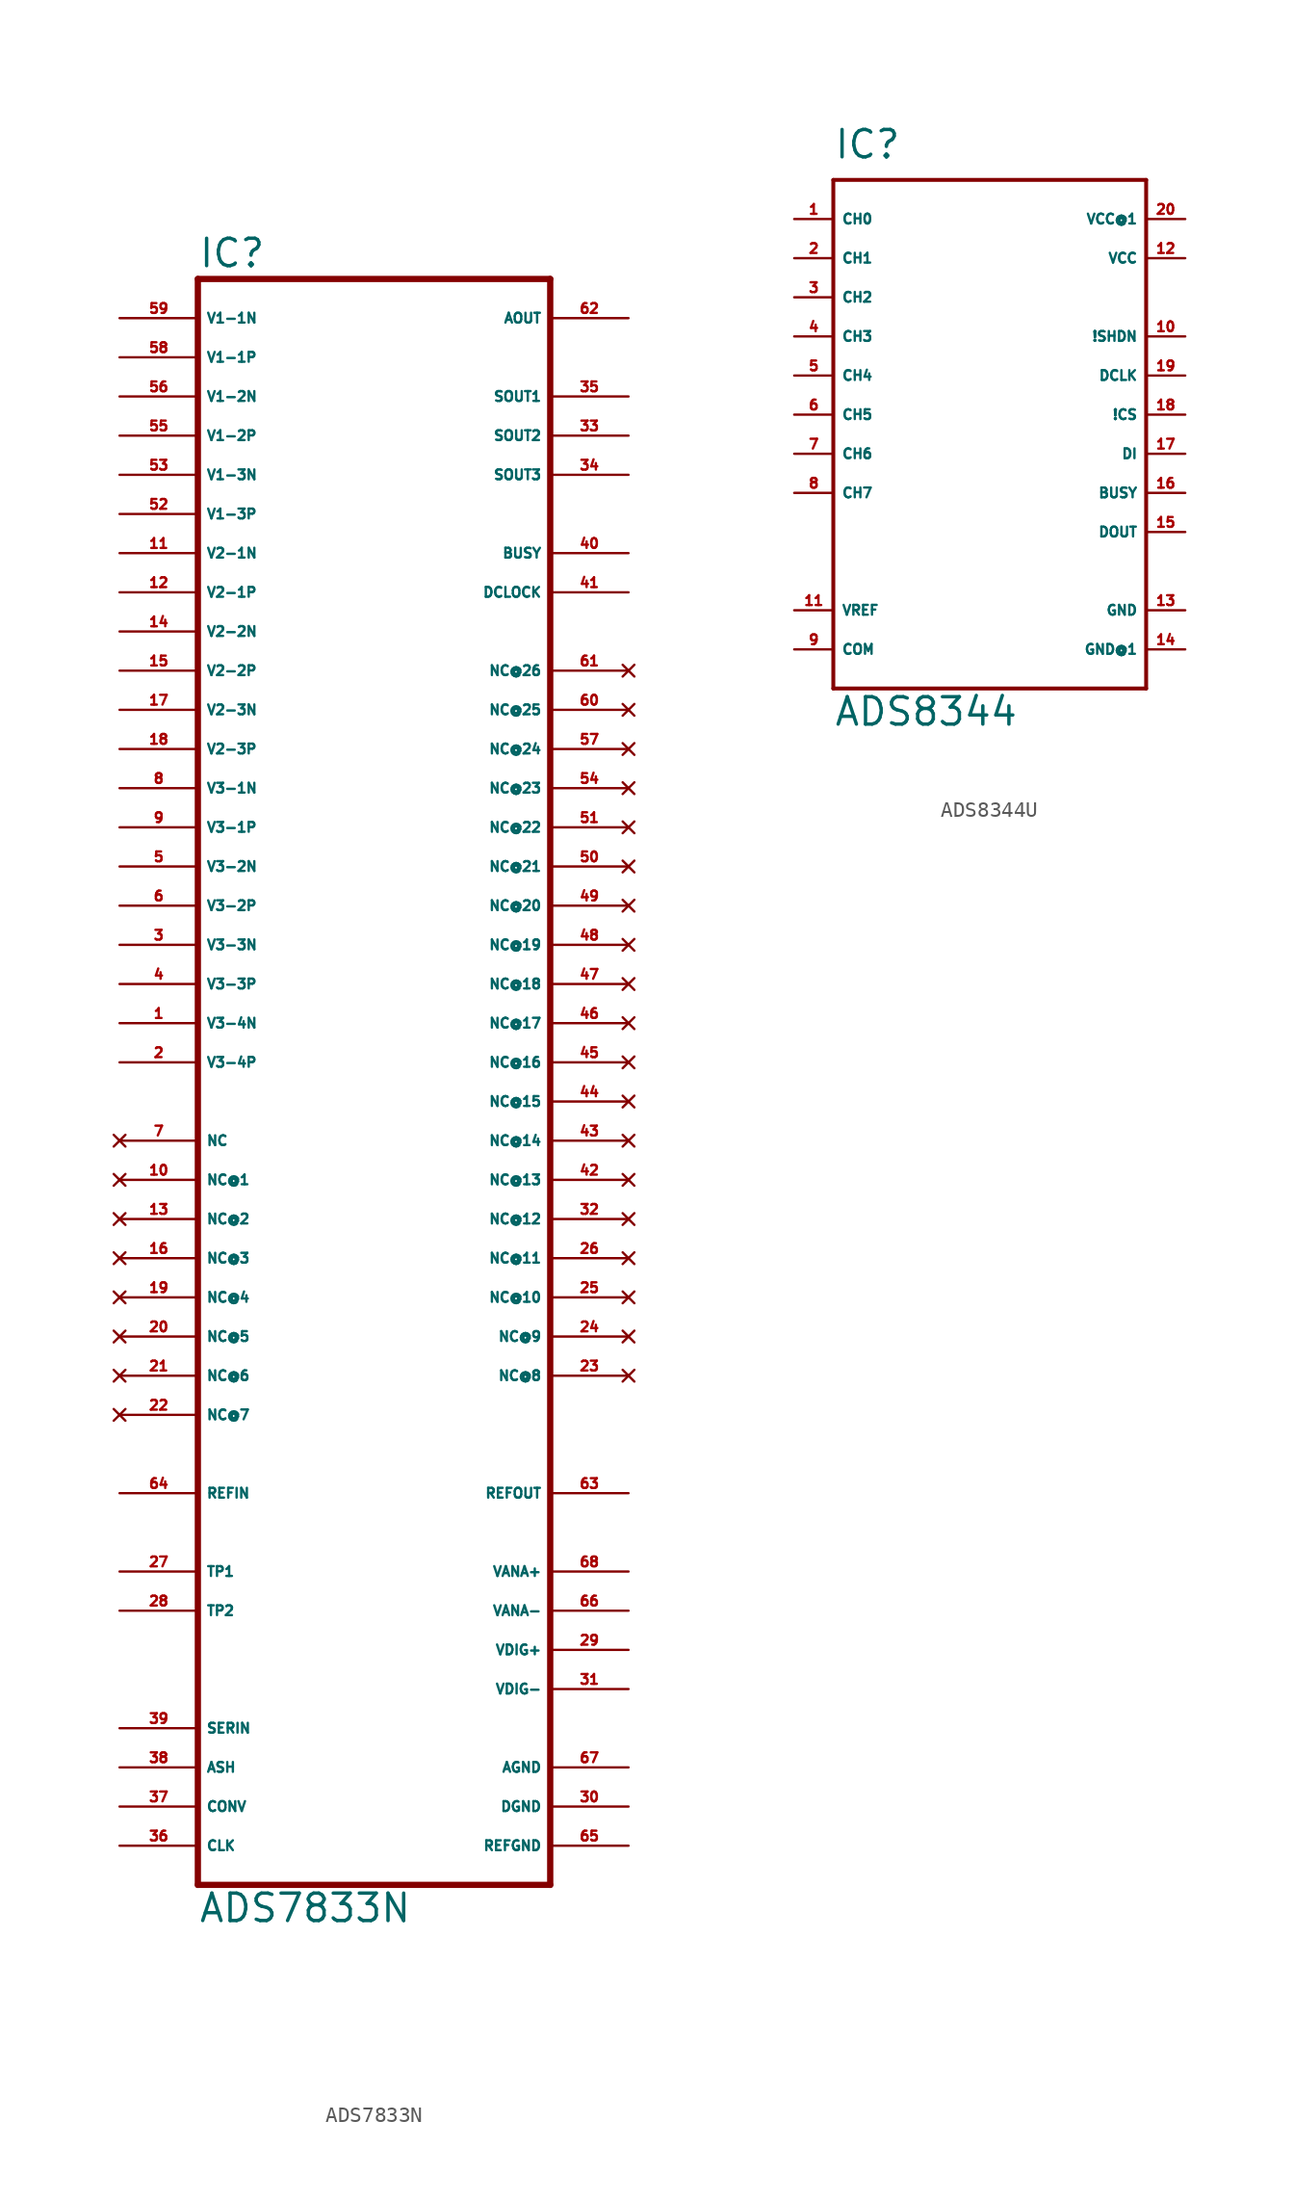
<source format=kicad_sym>
(kicad_symbol_lib
  (version 20220914)
  (generator Eagle2Kicad)
  (symbol "ADS7833N"
    (property "Reference" "IC"
      (at -10.16 53.975 0)
      (effects (font (size 1.778 1.778) (thickness 0.22)) (justify left bottom)))
    (property "Value" "ADS7833N"
      (at -10.16 -53.34 0)
      (effects (font (size 1.778 1.778) (thickness 0.22)) (justify left bottom)))
    (polyline
      (pts (xy -10.16 -50.8) (xy 12.7 -50.8))
      (stroke (width 0.406) (type default))
      (fill (type none)))
    (polyline
      (pts (xy 12.7 -50.8) (xy 12.7 53.34))
      (stroke (width 0.406) (type default))
      (fill (type none)))
    (polyline
      (pts (xy 12.7 53.34) (xy -10.16 53.34))
      (stroke (width 0.406) (type default))
      (fill (type none)))
    (polyline
      (pts (xy -10.16 53.34) (xy -10.16 -50.8))
      (stroke (width 0.406) (type default))
      (fill (type none)))
    (pin input line
      (at -15.24 50.8 0)
      (length 5.08)
      (name "V1-1N" (effects (font (size 0.635 0.635) (thickness 0.08)) (justify left bottom)))
      (number "59" (effects (font (size 0.635 0.635) (thickness 0.08)) (justify left bottom))))
    (pin input line
      (at -15.24 48.26 0)
      (length 5.08)
      (name "V1-1P" (effects (font (size 0.635 0.635) (thickness 0.08)) (justify left bottom)))
      (number "58" (effects (font (size 0.635 0.635) (thickness 0.08)) (justify left bottom))))
    (pin input line
      (at -15.24 45.72 0)
      (length 5.08)
      (name "V1-2N" (effects (font (size 0.635 0.635) (thickness 0.08)) (justify left bottom)))
      (number "56" (effects (font (size 0.635 0.635) (thickness 0.08)) (justify left bottom))))
    (pin input line
      (at -15.24 43.18 0)
      (length 5.08)
      (name "V1-2P" (effects (font (size 0.635 0.635) (thickness 0.08)) (justify left bottom)))
      (number "55" (effects (font (size 0.635 0.635) (thickness 0.08)) (justify left bottom))))
    (pin input line
      (at -15.24 40.64 0)
      (length 5.08)
      (name "V1-3N" (effects (font (size 0.635 0.635) (thickness 0.08)) (justify left bottom)))
      (number "53" (effects (font (size 0.635 0.635) (thickness 0.08)) (justify left bottom))))
    (pin input line
      (at -15.24 38.1 0)
      (length 5.08)
      (name "V1-3P" (effects (font (size 0.635 0.635) (thickness 0.08)) (justify left bottom)))
      (number "52" (effects (font (size 0.635 0.635) (thickness 0.08)) (justify left bottom))))
    (pin input line
      (at -15.24 35.56 0)
      (length 5.08)
      (name "V2-1N" (effects (font (size 0.635 0.635) (thickness 0.08)) (justify left bottom)))
      (number "11" (effects (font (size 0.635 0.635) (thickness 0.08)) (justify left bottom))))
    (pin input line
      (at -15.24 33.02 0)
      (length 5.08)
      (name "V2-1P" (effects (font (size 0.635 0.635) (thickness 0.08)) (justify left bottom)))
      (number "12" (effects (font (size 0.635 0.635) (thickness 0.08)) (justify left bottom))))
    (pin input line
      (at -15.24 30.48 0)
      (length 5.08)
      (name "V2-2N" (effects (font (size 0.635 0.635) (thickness 0.08)) (justify left bottom)))
      (number "14" (effects (font (size 0.635 0.635) (thickness 0.08)) (justify left bottom))))
    (pin input line
      (at -15.24 27.94 0)
      (length 5.08)
      (name "V2-2P" (effects (font (size 0.635 0.635) (thickness 0.08)) (justify left bottom)))
      (number "15" (effects (font (size 0.635 0.635) (thickness 0.08)) (justify left bottom))))
    (pin input line
      (at -15.24 25.4 0)
      (length 5.08)
      (name "V2-3N" (effects (font (size 0.635 0.635) (thickness 0.08)) (justify left bottom)))
      (number "17" (effects (font (size 0.635 0.635) (thickness 0.08)) (justify left bottom))))
    (pin input line
      (at -15.24 22.86 0)
      (length 5.08)
      (name "V2-3P" (effects (font (size 0.635 0.635) (thickness 0.08)) (justify left bottom)))
      (number "18" (effects (font (size 0.635 0.635) (thickness 0.08)) (justify left bottom))))
    (pin input line
      (at -15.24 20.32 0)
      (length 5.08)
      (name "V3-1N" (effects (font (size 0.635 0.635) (thickness 0.08)) (justify left bottom)))
      (number "8" (effects (font (size 0.635 0.635) (thickness 0.08)) (justify left bottom))))
    (pin input line
      (at -15.24 17.78 0)
      (length 5.08)
      (name "V3-1P" (effects (font (size 0.635 0.635) (thickness 0.08)) (justify left bottom)))
      (number "9" (effects (font (size 0.635 0.635) (thickness 0.08)) (justify left bottom))))
    (pin input line
      (at -15.24 15.24 0)
      (length 5.08)
      (name "V3-2N" (effects (font (size 0.635 0.635) (thickness 0.08)) (justify left bottom)))
      (number "5" (effects (font (size 0.635 0.635) (thickness 0.08)) (justify left bottom))))
    (pin input line
      (at -15.24 12.7 0)
      (length 5.08)
      (name "V3-2P" (effects (font (size 0.635 0.635) (thickness 0.08)) (justify left bottom)))
      (number "6" (effects (font (size 0.635 0.635) (thickness 0.08)) (justify left bottom))))
    (pin input line
      (at -15.24 10.16 0)
      (length 5.08)
      (name "V3-3N" (effects (font (size 0.635 0.635) (thickness 0.08)) (justify left bottom)))
      (number "3" (effects (font (size 0.635 0.635) (thickness 0.08)) (justify left bottom))))
    (pin input line
      (at -15.24 7.62 0)
      (length 5.08)
      (name "V3-3P" (effects (font (size 0.635 0.635) (thickness 0.08)) (justify left bottom)))
      (number "4" (effects (font (size 0.635 0.635) (thickness 0.08)) (justify left bottom))))
    (pin input line
      (at -15.24 5.08 0)
      (length 5.08)
      (name "V3-4N" (effects (font (size 0.635 0.635) (thickness 0.08)) (justify left bottom)))
      (number "1" (effects (font (size 0.635 0.635) (thickness 0.08)) (justify left bottom))))
    (pin input line
      (at -15.24 2.54 0)
      (length 5.08)
      (name "V3-4P" (effects (font (size 0.635 0.635) (thickness 0.08)) (justify left bottom)))
      (number "2" (effects (font (size 0.635 0.635) (thickness 0.08)) (justify left bottom))))
    (pin input line
      (at -15.24 -25.4 0)
      (length 5.08)
      (name "REFIN" (effects (font (size 0.635 0.635) (thickness 0.08)) (justify left bottom)))
      (number "64" (effects (font (size 0.635 0.635) (thickness 0.08)) (justify left bottom))))
    (pin output line
      (at 17.78 45.72 180)
      (length 5.08)
      (name "SOUT1" (effects (font (size 0.635 0.635) (thickness 0.08)) (justify left bottom)))
      (number "35" (effects (font (size 0.635 0.635) (thickness 0.08)) (justify left bottom))))
    (pin output line
      (at 17.78 43.18 180)
      (length 5.08)
      (name "SOUT2" (effects (font (size 0.635 0.635) (thickness 0.08)) (justify left bottom)))
      (number "33" (effects (font (size 0.635 0.635) (thickness 0.08)) (justify left bottom))))
    (pin output line
      (at 17.78 40.64 180)
      (length 5.08)
      (name "SOUT3" (effects (font (size 0.635 0.635) (thickness 0.08)) (justify left bottom)))
      (number "34" (effects (font (size 0.635 0.635) (thickness 0.08)) (justify left bottom))))
    (pin output line
      (at 17.78 35.56 180)
      (length 5.08)
      (name "BUSY" (effects (font (size 0.635 0.635) (thickness 0.08)) (justify left bottom)))
      (number "40" (effects (font (size 0.635 0.635) (thickness 0.08)) (justify left bottom))))
    (pin output line
      (at 17.78 33.02 180)
      (length 5.08)
      (name "DCLOCK" (effects (font (size 0.635 0.635) (thickness 0.08)) (justify left bottom)))
      (number "41" (effects (font (size 0.635 0.635) (thickness 0.08)) (justify left bottom))))
    (pin output line
      (at 17.78 50.8 180)
      (length 5.08)
      (name "AOUT" (effects (font (size 0.635 0.635) (thickness 0.08)) (justify left bottom)))
      (number "62" (effects (font (size 0.635 0.635) (thickness 0.08)) (justify left bottom))))
    (pin output line
      (at 17.78 -25.4 180)
      (length 5.08)
      (name "REFOUT" (effects (font (size 0.635 0.635) (thickness 0.08)) (justify left bottom)))
      (number "63" (effects (font (size 0.635 0.635) (thickness 0.08)) (justify left bottom))))
    (pin no_connect line
      (at -15.24 -2.54 0)
      (length 5.08)
      (name "NC" (effects (font (size 0.635 0.635) (thickness 0.08)) (justify left bottom) hide))
      (number "7" (effects (font (size 0.635 0.635) (thickness 0.08)) (justify left bottom) hide)))
    (pin no_connect line
      (at -15.24 -5.08 0)
      (length 5.08)
      (name "NC@1" (effects (font (size 0.635 0.635) (thickness 0.08)) (justify left bottom) hide))
      (number "10" (effects (font (size 0.635 0.635) (thickness 0.08)) (justify left bottom) hide)))
    (pin no_connect line
      (at -15.24 -7.62 0)
      (length 5.08)
      (name "NC@2" (effects (font (size 0.635 0.635) (thickness 0.08)) (justify left bottom) hide))
      (number "13" (effects (font (size 0.635 0.635) (thickness 0.08)) (justify left bottom) hide)))
    (pin no_connect line
      (at -15.24 -10.16 0)
      (length 5.08)
      (name "NC@3" (effects (font (size 0.635 0.635) (thickness 0.08)) (justify left bottom) hide))
      (number "16" (effects (font (size 0.635 0.635) (thickness 0.08)) (justify left bottom) hide)))
    (pin no_connect line
      (at -15.24 -12.7 0)
      (length 5.08)
      (name "NC@4" (effects (font (size 0.635 0.635) (thickness 0.08)) (justify left bottom) hide))
      (number "19" (effects (font (size 0.635 0.635) (thickness 0.08)) (justify left bottom) hide)))
    (pin no_connect line
      (at -15.24 -15.24 0)
      (length 5.08)
      (name "NC@5" (effects (font (size 0.635 0.635) (thickness 0.08)) (justify left bottom) hide))
      (number "20" (effects (font (size 0.635 0.635) (thickness 0.08)) (justify left bottom) hide)))
    (pin no_connect line
      (at -15.24 -17.78 0)
      (length 5.08)
      (name "NC@6" (effects (font (size 0.635 0.635) (thickness 0.08)) (justify left bottom) hide))
      (number "21" (effects (font (size 0.635 0.635) (thickness 0.08)) (justify left bottom) hide)))
    (pin no_connect line
      (at -15.24 -20.32 0)
      (length 5.08)
      (name "NC@7" (effects (font (size 0.635 0.635) (thickness 0.08)) (justify left bottom) hide))
      (number "22" (effects (font (size 0.635 0.635) (thickness 0.08)) (justify left bottom) hide)))
    (pin no_connect line
      (at 17.78 -17.78 180)
      (length 5.08)
      (name "NC@8" (effects (font (size 0.635 0.635) (thickness 0.08)) (justify left bottom) hide))
      (number "23" (effects (font (size 0.635 0.635) (thickness 0.08)) (justify left bottom) hide)))
    (pin no_connect line
      (at 17.78 -15.24 180)
      (length 5.08)
      (name "NC@9" (effects (font (size 0.635 0.635) (thickness 0.08)) (justify left bottom) hide))
      (number "24" (effects (font (size 0.635 0.635) (thickness 0.08)) (justify left bottom) hide)))
    (pin no_connect line
      (at 17.78 -12.7 180)
      (length 5.08)
      (name "NC@10" (effects (font (size 0.635 0.635) (thickness 0.08)) (justify left bottom) hide))
      (number "25" (effects (font (size 0.635 0.635) (thickness 0.08)) (justify left bottom) hide)))
    (pin no_connect line
      (at 17.78 -10.16 180)
      (length 5.08)
      (name "NC@11" (effects (font (size 0.635 0.635) (thickness 0.08)) (justify left bottom) hide))
      (number "26" (effects (font (size 0.635 0.635) (thickness 0.08)) (justify left bottom) hide)))
    (pin no_connect line
      (at 17.78 -7.62 180)
      (length 5.08)
      (name "NC@12" (effects (font (size 0.635 0.635) (thickness 0.08)) (justify left bottom) hide))
      (number "32" (effects (font (size 0.635 0.635) (thickness 0.08)) (justify left bottom) hide)))
    (pin no_connect line
      (at 17.78 -5.08 180)
      (length 5.08)
      (name "NC@13" (effects (font (size 0.635 0.635) (thickness 0.08)) (justify left bottom) hide))
      (number "42" (effects (font (size 0.635 0.635) (thickness 0.08)) (justify left bottom) hide)))
    (pin no_connect line
      (at 17.78 -2.54 180)
      (length 5.08)
      (name "NC@14" (effects (font (size 0.635 0.635) (thickness 0.08)) (justify left bottom) hide))
      (number "43" (effects (font (size 0.635 0.635) (thickness 0.08)) (justify left bottom) hide)))
    (pin no_connect line
      (at 17.78 0 180)
      (length 5.08)
      (name "NC@15" (effects (font (size 0.635 0.635) (thickness 0.08)) (justify left bottom) hide))
      (number "44" (effects (font (size 0.635 0.635) (thickness 0.08)) (justify left bottom) hide)))
    (pin no_connect line
      (at 17.78 2.54 180)
      (length 5.08)
      (name "NC@16" (effects (font (size 0.635 0.635) (thickness 0.08)) (justify left bottom) hide))
      (number "45" (effects (font (size 0.635 0.635) (thickness 0.08)) (justify left bottom) hide)))
    (pin no_connect line
      (at 17.78 5.08 180)
      (length 5.08)
      (name "NC@17" (effects (font (size 0.635 0.635) (thickness 0.08)) (justify left bottom) hide))
      (number "46" (effects (font (size 0.635 0.635) (thickness 0.08)) (justify left bottom) hide)))
    (pin no_connect line
      (at 17.78 7.62 180)
      (length 5.08)
      (name "NC@18" (effects (font (size 0.635 0.635) (thickness 0.08)) (justify left bottom) hide))
      (number "47" (effects (font (size 0.635 0.635) (thickness 0.08)) (justify left bottom) hide)))
    (pin no_connect line
      (at 17.78 10.16 180)
      (length 5.08)
      (name "NC@19" (effects (font (size 0.635 0.635) (thickness 0.08)) (justify left bottom) hide))
      (number "48" (effects (font (size 0.635 0.635) (thickness 0.08)) (justify left bottom) hide)))
    (pin no_connect line
      (at 17.78 12.7 180)
      (length 5.08)
      (name "NC@20" (effects (font (size 0.635 0.635) (thickness 0.08)) (justify left bottom) hide))
      (number "49" (effects (font (size 0.635 0.635) (thickness 0.08)) (justify left bottom) hide)))
    (pin no_connect line
      (at 17.78 15.24 180)
      (length 5.08)
      (name "NC@21" (effects (font (size 0.635 0.635) (thickness 0.08)) (justify left bottom) hide))
      (number "50" (effects (font (size 0.635 0.635) (thickness 0.08)) (justify left bottom) hide)))
    (pin unspecified line
      (at 17.78 -30.48 180)
      (length 5.08)
      (name "VANA+" (effects (font (size 0.635 0.635) (thickness 0.08)) (justify left bottom)))
      (number "68" (effects (font (size 0.635 0.635) (thickness 0.08)) (justify left bottom))))
    (pin unspecified line
      (at 17.78 -33.02 180)
      (length 5.08)
      (name "VANA-" (effects (font (size 0.635 0.635) (thickness 0.08)) (justify left bottom)))
      (number "66" (effects (font (size 0.635 0.635) (thickness 0.08)) (justify left bottom))))
    (pin unspecified line
      (at 17.78 -35.56 180)
      (length 5.08)
      (name "VDIG+" (effects (font (size 0.635 0.635) (thickness 0.08)) (justify left bottom)))
      (number "29" (effects (font (size 0.635 0.635) (thickness 0.08)) (justify left bottom))))
    (pin unspecified line
      (at 17.78 -38.1 180)
      (length 5.08)
      (name "VDIG-" (effects (font (size 0.635 0.635) (thickness 0.08)) (justify left bottom)))
      (number "31" (effects (font (size 0.635 0.635) (thickness 0.08)) (justify left bottom))))
    (pin unspecified line
      (at 17.78 -43.18 180)
      (length 5.08)
      (name "AGND" (effects (font (size 0.635 0.635) (thickness 0.08)) (justify left bottom)))
      (number "67" (effects (font (size 0.635 0.635) (thickness 0.08)) (justify left bottom))))
    (pin unspecified line
      (at 17.78 -45.72 180)
      (length 5.08)
      (name "DGND" (effects (font (size 0.635 0.635) (thickness 0.08)) (justify left bottom)))
      (number "30" (effects (font (size 0.635 0.635) (thickness 0.08)) (justify left bottom))))
    (pin input line
      (at -15.24 -40.64 0)
      (length 5.08)
      (name "SERIN" (effects (font (size 0.635 0.635) (thickness 0.08)) (justify left bottom)))
      (number "39" (effects (font (size 0.635 0.635) (thickness 0.08)) (justify left bottom))))
    (pin input line
      (at -15.24 -43.18 0)
      (length 5.08)
      (name "ASH" (effects (font (size 0.635 0.635) (thickness 0.08)) (justify left bottom)))
      (number "38" (effects (font (size 0.635 0.635) (thickness 0.08)) (justify left bottom))))
    (pin input line
      (at -15.24 -45.72 0)
      (length 5.08)
      (name "CONV" (effects (font (size 0.635 0.635) (thickness 0.08)) (justify left bottom)))
      (number "37" (effects (font (size 0.635 0.635) (thickness 0.08)) (justify left bottom))))
    (pin input line
      (at -15.24 -48.26 0)
      (length 5.08)
      (name "CLK" (effects (font (size 0.635 0.635) (thickness 0.08)) (justify left bottom)))
      (number "36" (effects (font (size 0.635 0.635) (thickness 0.08)) (justify left bottom))))
    (pin passive line
      (at -15.24 -30.48 0)
      (length 5.08)
      (name "TP1" (effects (font (size 0.635 0.635) (thickness 0.08)) (justify left bottom)))
      (number "27" (effects (font (size 0.635 0.635) (thickness 0.08)) (justify left bottom))))
    (pin passive line
      (at -15.24 -33.02 0)
      (length 5.08)
      (name "TP2" (effects (font (size 0.635 0.635) (thickness 0.08)) (justify left bottom)))
      (number "28" (effects (font (size 0.635 0.635) (thickness 0.08)) (justify left bottom))))
    (pin unspecified line
      (at 17.78 -48.26 180)
      (length 5.08)
      (name "REFGND" (effects (font (size 0.635 0.635) (thickness 0.08)) (justify left bottom)))
      (number "65" (effects (font (size 0.635 0.635) (thickness 0.08)) (justify left bottom))))
    (pin no_connect line
      (at 17.78 17.78 180)
      (length 5.08)
      (name "NC@22" (effects (font (size 0.635 0.635) (thickness 0.08)) (justify left bottom) hide))
      (number "51" (effects (font (size 0.635 0.635) (thickness 0.08)) (justify left bottom) hide)))
    (pin no_connect line
      (at 17.78 20.32 180)
      (length 5.08)
      (name "NC@23" (effects (font (size 0.635 0.635) (thickness 0.08)) (justify left bottom) hide))
      (number "54" (effects (font (size 0.635 0.635) (thickness 0.08)) (justify left bottom) hide)))
    (pin no_connect line
      (at 17.78 22.86 180)
      (length 5.08)
      (name "NC@24" (effects (font (size 0.635 0.635) (thickness 0.08)) (justify left bottom) hide))
      (number "57" (effects (font (size 0.635 0.635) (thickness 0.08)) (justify left bottom) hide)))
    (pin no_connect line
      (at 17.78 25.4 180)
      (length 5.08)
      (name "NC@25" (effects (font (size 0.635 0.635) (thickness 0.08)) (justify left bottom) hide))
      (number "60" (effects (font (size 0.635 0.635) (thickness 0.08)) (justify left bottom) hide)))
    (pin no_connect line
      (at 17.78 27.94 180)
      (length 5.08)
      (name "NC@26" (effects (font (size 0.635 0.635) (thickness 0.08)) (justify left bottom) hide))
      (number "61" (effects (font (size 0.635 0.635) (thickness 0.08)) (justify left bottom) hide))))
  (symbol "ADS8344U"
    (property "Reference" "IC"
      (at -10.16 16.51 0)
      (effects (font (size 1.778 1.778) (thickness 0.22)) (justify left bottom)))
    (property "Value" "ADS8344"
      (at -10.16 -20.32 0)
      (effects (font (size 1.778 1.778) (thickness 0.22)) (justify left bottom)))
    (polyline
      (pts (xy -10.16 15.24) (xy 10.16 15.24))
      (stroke (width 0.254) (type default))
      (fill (type none)))
    (polyline
      (pts (xy 10.16 15.24) (xy 10.16 -17.78))
      (stroke (width 0.254) (type default))
      (fill (type none)))
    (polyline
      (pts (xy 10.16 -17.78) (xy -10.16 -17.78))
      (stroke (width 0.254) (type default))
      (fill (type none)))
    (polyline
      (pts (xy -10.16 -17.78) (xy -10.16 15.24))
      (stroke (width 0.254) (type default))
      (fill (type none)))
    (pin input line
      (at -12.7 12.7 0)
      (length 2.54)
      (name "CH0" (effects (font (size 0.635 0.635) (thickness 0.08)) (justify left bottom)))
      (number "1" (effects (font (size 0.635 0.635) (thickness 0.08)) (justify left bottom))))
    (pin input line
      (at -12.7 10.16 0)
      (length 2.54)
      (name "CH1" (effects (font (size 0.635 0.635) (thickness 0.08)) (justify left bottom)))
      (number "2" (effects (font (size 0.635 0.635) (thickness 0.08)) (justify left bottom))))
    (pin input line
      (at -12.7 7.62 0)
      (length 2.54)
      (name "CH2" (effects (font (size 0.635 0.635) (thickness 0.08)) (justify left bottom)))
      (number "3" (effects (font (size 0.635 0.635) (thickness 0.08)) (justify left bottom))))
    (pin input line
      (at -12.7 5.08 0)
      (length 2.54)
      (name "CH3" (effects (font (size 0.635 0.635) (thickness 0.08)) (justify left bottom)))
      (number "4" (effects (font (size 0.635 0.635) (thickness 0.08)) (justify left bottom))))
    (pin input line
      (at -12.7 2.54 0)
      (length 2.54)
      (name "CH4" (effects (font (size 0.635 0.635) (thickness 0.08)) (justify left bottom)))
      (number "5" (effects (font (size 0.635 0.635) (thickness 0.08)) (justify left bottom))))
    (pin input line
      (at -12.7 0 0)
      (length 2.54)
      (name "CH5" (effects (font (size 0.635 0.635) (thickness 0.08)) (justify left bottom)))
      (number "6" (effects (font (size 0.635 0.635) (thickness 0.08)) (justify left bottom))))
    (pin input line
      (at -12.7 -2.54 0)
      (length 2.54)
      (name "CH6" (effects (font (size 0.635 0.635) (thickness 0.08)) (justify left bottom)))
      (number "7" (effects (font (size 0.635 0.635) (thickness 0.08)) (justify left bottom))))
    (pin input line
      (at -12.7 -5.08 0)
      (length 2.54)
      (name "CH7" (effects (font (size 0.635 0.635) (thickness 0.08)) (justify left bottom)))
      (number "8" (effects (font (size 0.635 0.635) (thickness 0.08)) (justify left bottom))))
    (pin input line
      (at -12.7 -15.24 0)
      (length 2.54)
      (name "COM" (effects (font (size 0.635 0.635) (thickness 0.08)) (justify left bottom)))
      (number "9" (effects (font (size 0.635 0.635) (thickness 0.08)) (justify left bottom))))
    (pin input line
      (at 12.7 5.08 180)
      (length 2.54)
      (name "!SHDN" (effects (font (size 0.635 0.635) (thickness 0.08)) (justify left bottom)))
      (number "10" (effects (font (size 0.635 0.635) (thickness 0.08)) (justify left bottom))))
    (pin input line
      (at -12.7 -12.7 0)
      (length 2.54)
      (name "VREF" (effects (font (size 0.635 0.635) (thickness 0.08)) (justify left bottom)))
      (number "11" (effects (font (size 0.635 0.635) (thickness 0.08)) (justify left bottom))))
    (pin unspecified line
      (at 12.7 10.16 180)
      (length 2.54)
      (name "VCC" (effects (font (size 0.635 0.635) (thickness 0.08)) (justify left bottom)))
      (number "12" (effects (font (size 0.635 0.635) (thickness 0.08)) (justify left bottom))))
    (pin unspecified line
      (at 12.7 -12.7 180)
      (length 2.54)
      (name "GND" (effects (font (size 0.635 0.635) (thickness 0.08)) (justify left bottom)))
      (number "13" (effects (font (size 0.635 0.635) (thickness 0.08)) (justify left bottom))))
    (pin unspecified line
      (at 12.7 -15.24 180)
      (length 2.54)
      (name "GND@1" (effects (font (size 0.635 0.635) (thickness 0.08)) (justify left bottom)))
      (number "14" (effects (font (size 0.635 0.635) (thickness 0.08)) (justify left bottom))))
    (pin output line
      (at 12.7 -7.62 180)
      (length 2.54)
      (name "DOUT" (effects (font (size 0.635 0.635) (thickness 0.08)) (justify left bottom)))
      (number "15" (effects (font (size 0.635 0.635) (thickness 0.08)) (justify left bottom))))
    (pin input line
      (at 12.7 -2.54 180)
      (length 2.54)
      (name "DI" (effects (font (size 0.635 0.635) (thickness 0.08)) (justify left bottom)))
      (number "17" (effects (font (size 0.635 0.635) (thickness 0.08)) (justify left bottom))))
    (pin input line
      (at 12.7 0 180)
      (length 2.54)
      (name "!CS" (effects (font (size 0.635 0.635) (thickness 0.08)) (justify left bottom)))
      (number "18" (effects (font (size 0.635 0.635) (thickness 0.08)) (justify left bottom))))
    (pin input line
      (at 12.7 2.54 180)
      (length 2.54)
      (name "DCLK" (effects (font (size 0.635 0.635) (thickness 0.08)) (justify left bottom)))
      (number "19" (effects (font (size 0.635 0.635) (thickness 0.08)) (justify left bottom))))
    (pin unspecified line
      (at 12.7 12.7 180)
      (length 2.54)
      (name "VCC@1" (effects (font (size 0.635 0.635) (thickness 0.08)) (justify left bottom)))
      (number "20" (effects (font (size 0.635 0.635) (thickness 0.08)) (justify left bottom))))
    (pin output line
      (at 12.7 -5.08 180)
      (length 2.54)
      (name "BUSY" (effects (font (size 0.635 0.635) (thickness 0.08)) (justify left bottom)))
      (number "16" (effects (font (size 0.635 0.635) (thickness 0.08)) (justify left bottom))))))
</source>
